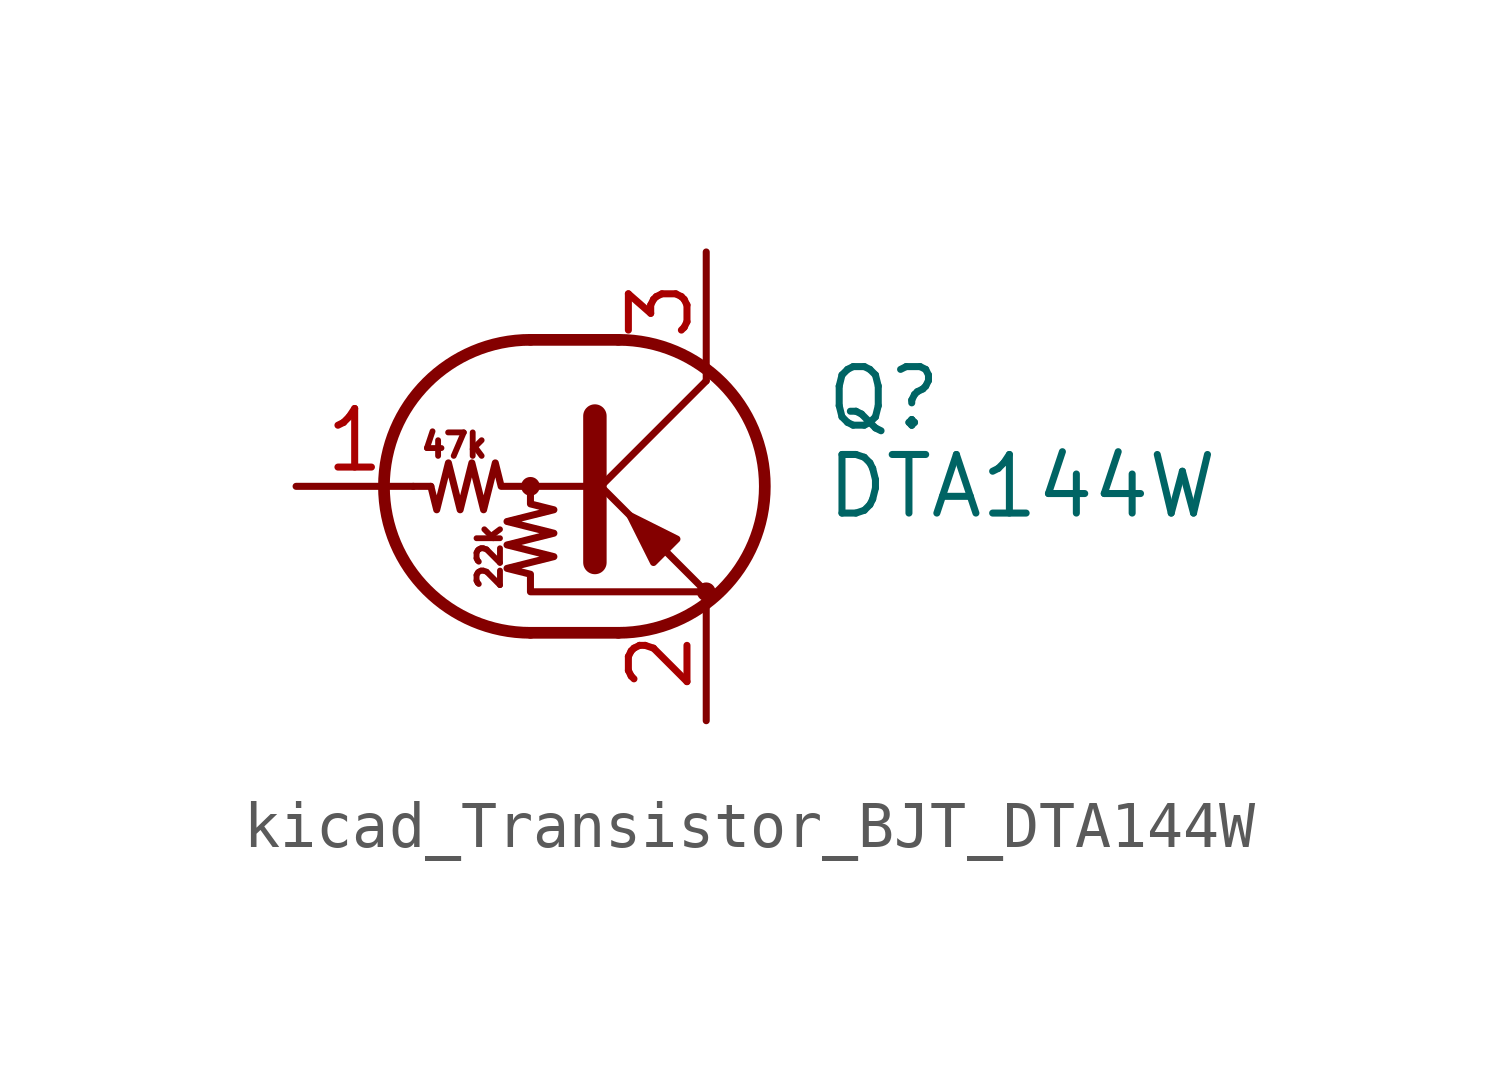
<source format=kicad_sym>
(kicad_symbol_lib
  (version 20220914)
  (generator kicad_symbol_editor)
  (symbol "kicad_Transistor_BJT_DTA144W"
    (pin_names
      (offset 0) hide)
    (property "Reference" "Q"
      (at 5.08 1.905 0)
      (effects (font (size 1.27 1.27)) (justify left)))
    (property "Value" "DTA144W"
      (at 5.08 0 0)
      (effects (font (size 1.27 1.27)) (justify left)))
    (symbol "kicad_Transistor_BJT_DTA144W_0_0"
      (text "22k" (at -2.159 -1.524 900) (effects (font (size 0.508 0.508))))
      (text "47k" (at -2.921 0.889 0) (effects (font (size 0.508 0.508)))))
    (symbol "kicad_Transistor_BJT_DTA144W_0_1"
      (circle (center -1.27 0) (radius 0.127) (stroke (width 0) (type default)) (fill (type none)))
      (arc (start -1.27 3.175) (mid -4.4312 0) (end -1.27 -3.175) (stroke (width 0.254) (type default)) (fill (type none)))
      (polyline (pts (xy -3.429 0) (xy -3.81 0)) (stroke (width 0) (type default)) (fill (type none)))
      (polyline (pts (xy -1.27 -3.175) (xy 0.635 -3.175)) (stroke (width 0.254) (type default)) (fill (type none)))
      (polyline (pts (xy -1.27 3.175) (xy 0.635 3.175)) (stroke (width 0.254) (type default)) (fill (type none)))
      (polyline (pts (xy 0 -0.254) (xy 2.54 2.286)) (stroke (width 0) (type default)) (fill (type none)))
      (polyline (pts (xy 0.127 1.524) (xy 0.127 -1.651)) (stroke (width 0.508) (type default)) (fill (type outline)))
      (polyline (pts (xy 2.54 2.286) (xy 2.54 2.54)) (stroke (width 0) (type default)) (fill (type none)))
      (polyline (pts (xy 2.54 -2.286) (xy 0 0.254) (xy 0 0.254)) (stroke (width 0) (type default)) (fill (type none)))
      (polyline (pts (xy 1.397 -1.651) (xy 1.905 -1.143) (xy 0.889 -0.635) (xy 1.397 -1.651)) (stroke (width 0) (type default)) (fill (type outline)))
      (polyline (pts (xy 0 0) (xy -1.905 0) (xy -2.032 0.508) (xy -2.286 -0.508) (xy -2.54 0.508) (xy -2.794 -0.508) (xy -3.048 0.508) (xy -3.302 -0.508) (xy -3.429 0)) (stroke (width 0) (type default)) (fill (type none)))
      (polyline (pts (xy -1.27 0) (xy -1.27 -0.381) (xy -0.762 -0.508) (xy -1.778 -0.762) (xy -0.762 -1.016) (xy -1.778 -1.27) (xy -0.762 -1.524) (xy -1.778 -1.778) (xy -1.27 -1.905) (xy -1.27 -2.286) (xy 2.54 -2.286)) (stroke (width 0) (type default)) (fill (type none)))
      (arc (start 0.635 -3.175) (mid 3.7962 0) (end 0.635 3.175) (stroke (width 0.254) (type default)) (fill (type none)))
      (circle (center 2.54 -2.286) (radius 0.127) (stroke (width 0) (type default)) (fill (type none))))
    (symbol "kicad_Transistor_BJT_DTA144W_1_1"
      (pin input line (at -6.35 0 0) (length 2.54) (name "B" (effects (font (size 1.27 1.27)))) (number "1" (effects (font (size 1.27 1.27)))))
      (pin passive line (at 2.54 -5.08 90) (length 2.54) (name "E" (effects (font (size 1.27 1.27)))) (number "2" (effects (font (size 1.27 1.27)))))
      (pin passive line (at 2.54 5.08 270) (length 2.54) (name "C" (effects (font (size 1.27 1.27)))) (number "3" (effects (font (size 1.27 1.27))))))))
</source>
